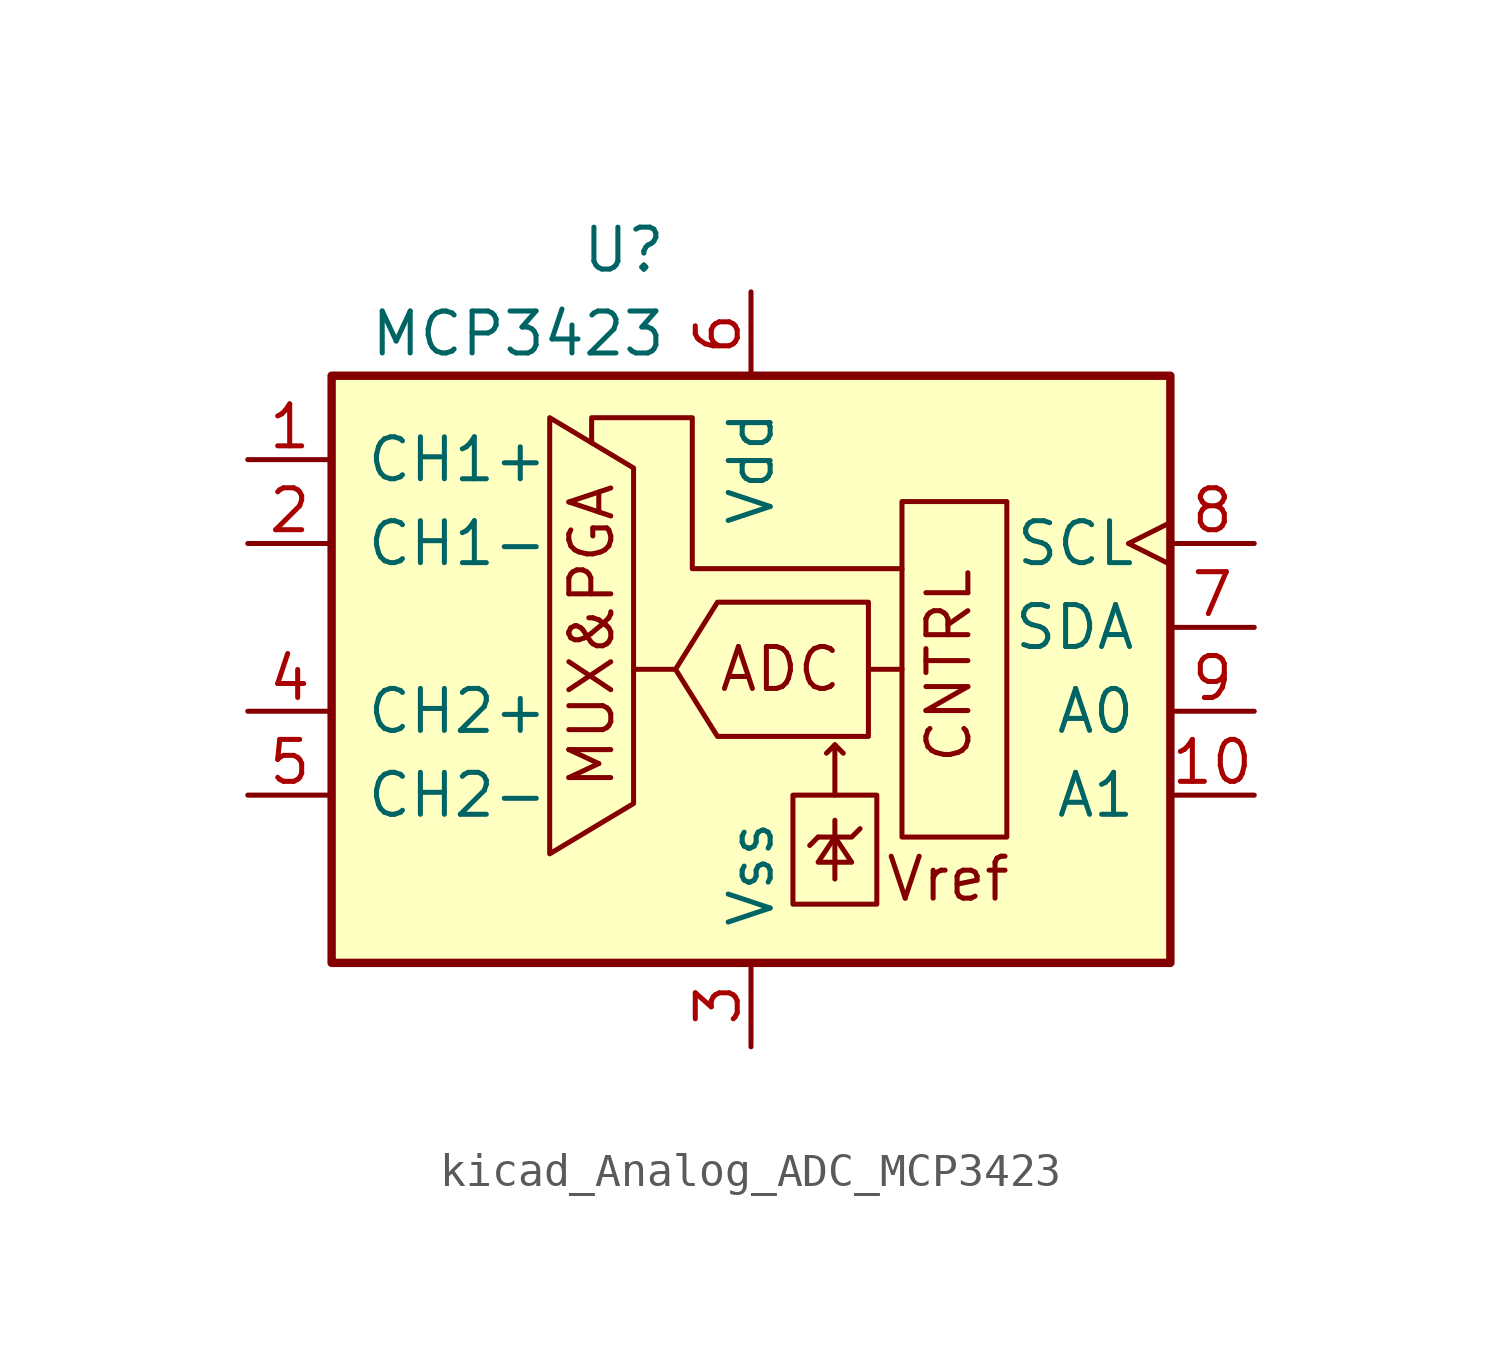
<source format=kicad_sym>
(kicad_symbol_lib
  (version 20220914)
  (generator kicad_symbol_editor)
  (symbol "kicad_Analog_ADC_MCP3423"
    (pin_names
      (offset 1.016))
    (property "Reference" "U"
      (at -2.54 11.43 0)
      (effects (font (size 1.27 1.27)) (justify right)))
    (property "Value" "MCP3423"
      (at -2.54 8.89 0)
      (effects (font (size 1.27 1.27)) (justify right)))
    (symbol "kicad_Analog_ADC_MCP3423_0_0"
      (polyline (pts (xy -6.096 6.35) (xy -3.556 4.826) (xy -3.556 -5.334) (xy -6.096 -6.858) (xy -6.096 6.35)) (stroke (width 0) (type default)) (fill (type none)))
      (polyline (pts (xy 4.572 1.778) (xy -1.778 1.778) (xy -1.778 6.35) (xy -4.826 6.35) (xy -4.826 5.588)) (stroke (width 0) (type default)) (fill (type none)))
      (polyline (pts (xy 3.556 0.762) (xy 3.556 -3.302) (xy -1.016 -3.302) (xy -2.286 -1.27) (xy -1.016 0.762) (xy 3.556 0.762)) (stroke (width 0) (type default)) (fill (type none)))
      (text "ADC" (at 0.889 -1.27 0) (effects (font (size 1.27 1.27))))
      (text "CNTRL" (at 6.731 -4.191 900) (effects (font (size 1.27 1.27)) (justify left bottom)))
      (text "MUX&PGA" (at -4.826 -0.254 900) (effects (font (size 1.27 1.27))))
      (text "Vref" (at 5.969 -7.62 0) (effects (font (size 1.27 1.27)))))
    (symbol "kicad_Analog_ADC_MCP3423_0_1"
      (polyline (pts (xy -3.556 -1.27) (xy -2.286 -1.27)) (stroke (width 0) (type default)) (fill (type none)))
      (polyline (pts (xy 2.032 -6.35) (xy 1.778 -6.604)) (stroke (width 0) (type default)) (fill (type none)))
      (polyline (pts (xy 2.54 -5.842) (xy 2.54 -7.62)) (stroke (width 0) (type default)) (fill (type none)))
      (polyline (pts (xy 2.54 -3.556) (xy 2.794 -3.81)) (stroke (width 0) (type default)) (fill (type none)))
      (polyline (pts (xy 3.556 -1.27) (xy 4.572 -1.27)) (stroke (width 0) (type default)) (fill (type none)))
      (polyline (pts (xy 2.032 -6.35) (xy 3.048 -6.35) (xy 3.302 -6.096)) (stroke (width 0) (type default)) (fill (type none)))
      (polyline (pts (xy 2.54 -5.08) (xy 2.54 -3.556) (xy 2.286 -3.81)) (stroke (width 0) (type default)) (fill (type none)))
      (polyline (pts (xy 2.54 -6.35) (xy 2.032 -7.112) (xy 3.048 -7.112) (xy 2.54 -6.35)) (stroke (width 0) (type default)) (fill (type none)))
      (rectangle (start 1.27 -5.08) (end 3.81 -8.382) (stroke (width 0) (type default)) (fill (type none)))
      (rectangle (start 4.572 -6.35) (end 7.747 3.81) (stroke (width 0) (type default)) (fill (type none)))
      (rectangle (start 12.7 7.62) (end -12.7 -10.16) (stroke (width 0.254) (type default)) (fill (type background))))
    (symbol "kicad_Analog_ADC_MCP3423_1_1"
      (pin input line (at -15.24 5.08 0) (length 2.54) (name "CH1+" (effects (font (size 1.27 1.27)))) (number "1" (effects (font (size 1.27 1.27)))))
      (pin input line (at 15.24 -5.08 180) (length 2.54) (name "A1" (effects (font (size 1.27 1.27)))) (number "10" (effects (font (size 1.27 1.27)))))
      (pin input line (at -15.24 2.54 0) (length 2.54) (name "CH1-" (effects (font (size 1.27 1.27)))) (number "2" (effects (font (size 1.27 1.27)))))
      (pin power_in line (at 0 -12.7 90) (length 2.54) (name "Vss" (effects (font (size 1.27 1.27)))) (number "3" (effects (font (size 1.27 1.27)))))
      (pin input line (at -15.24 -2.54 0) (length 2.54) (name "CH2+" (effects (font (size 1.27 1.27)))) (number "4" (effects (font (size 1.27 1.27)))))
      (pin input line (at -15.24 -5.08 0) (length 2.54) (name "CH2-" (effects (font (size 1.27 1.27)))) (number "5" (effects (font (size 1.27 1.27)))))
      (pin power_in line (at 0 10.16 270) (length 2.54) (name "Vdd" (effects (font (size 1.27 1.27)))) (number "6" (effects (font (size 1.27 1.27)))))
      (pin bidirectional line (at 15.24 0 180) (length 2.54) (name "SDA" (effects (font (size 1.27 1.27)))) (number "7" (effects (font (size 1.27 1.27)))))
      (pin input clock (at 15.24 2.54 180) (length 2.54) (name "SCL" (effects (font (size 1.27 1.27)))) (number "8" (effects (font (size 1.27 1.27)))))
      (pin input line (at 15.24 -2.54 180) (length 2.54) (name "A0" (effects (font (size 1.27 1.27)))) (number "9" (effects (font (size 1.27 1.27))))))))
</source>
